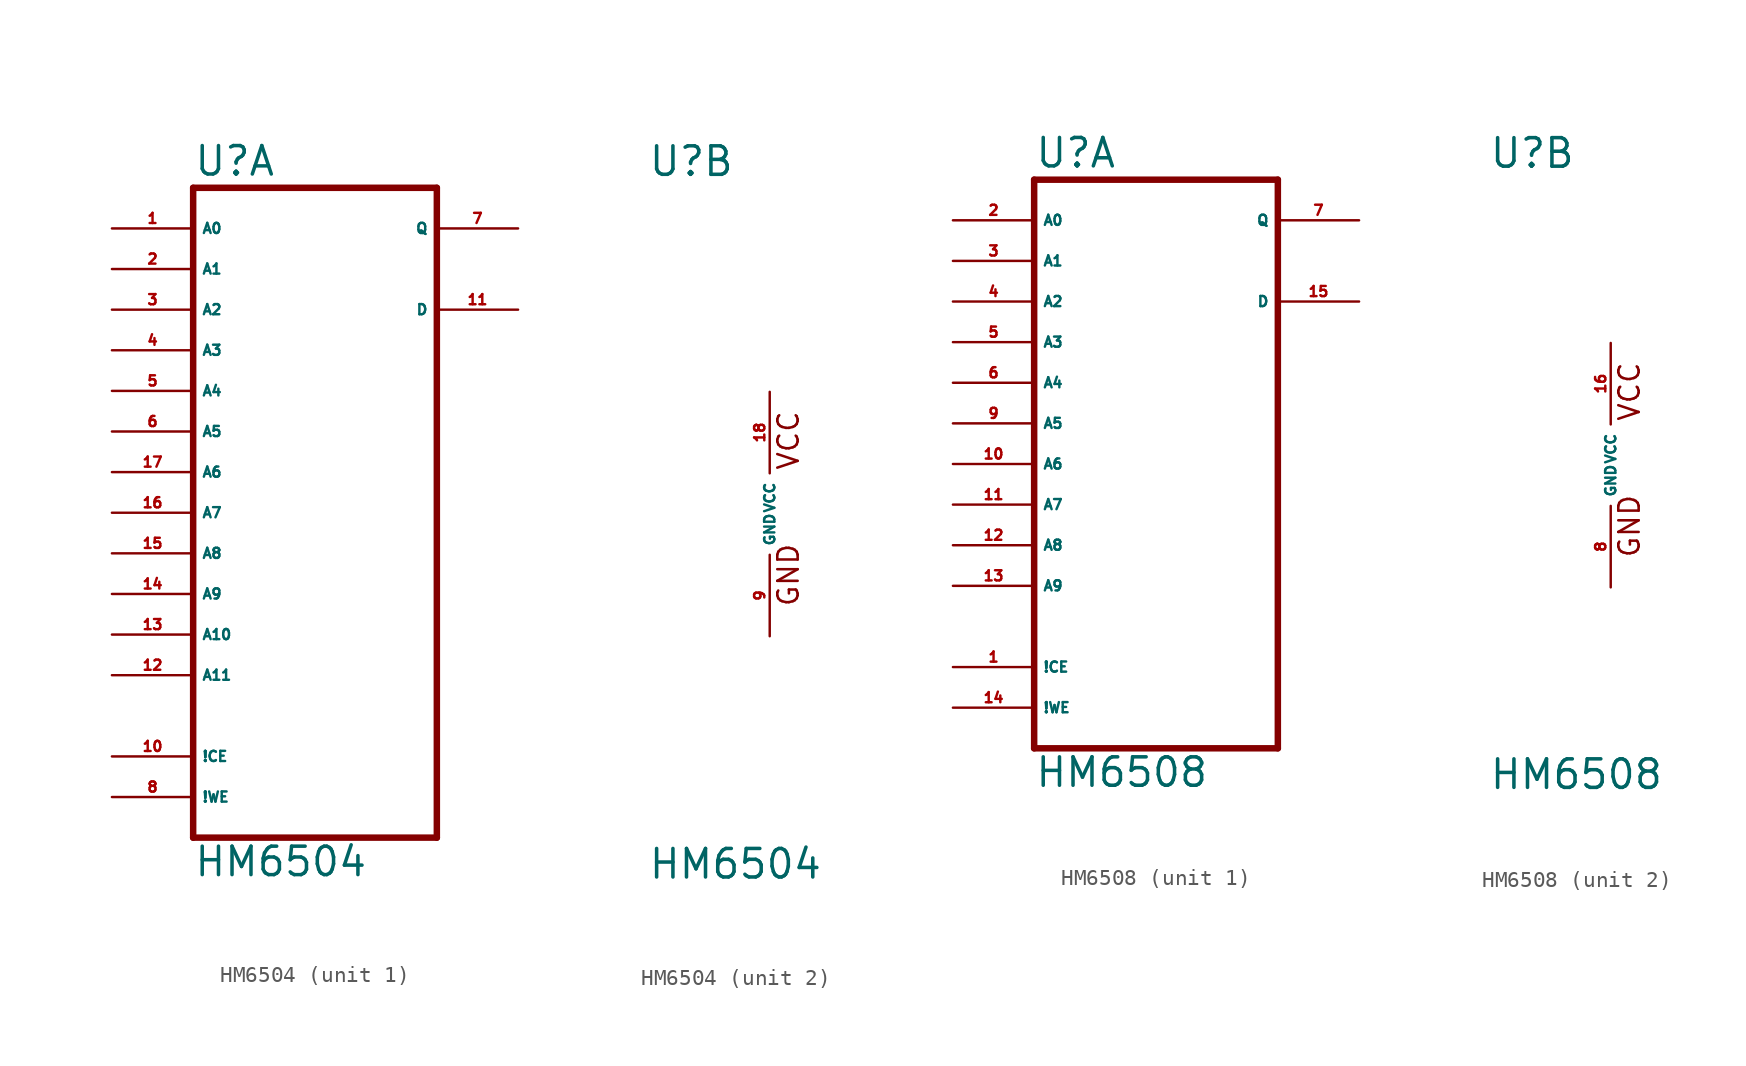
<source format=kicad_sym>
(kicad_symbol_lib
  (version 20220914)
  (generator Eagle2Kicad)
  (symbol "HM6504"
    (property "Reference" "U"
      (at -7.62 20.955 0)
      (effects (font (size 1.778 1.778) (thickness 0.22)) (justify left bottom)))
    (property "Value" "HM6504"
      (at -7.62 -22.86 0)
      (effects (font (size 1.778 1.778) (thickness 0.22)) (justify left bottom)))
    (symbol "HM6504_1_0"
      (polyline (pts (xy -7.62 -20.32) (xy 7.62 -20.32)) (stroke (width 0.406) (type default)) (fill (type none)))
      (polyline (pts (xy 7.62 -20.32) (xy 7.62 20.32)) (stroke (width 0.406) (type default)) (fill (type none)))
      (polyline (pts (xy 7.62 20.32) (xy -7.62 20.32)) (stroke (width 0.406) (type default)) (fill (type none)))
      (polyline (pts (xy -7.62 20.32) (xy -7.62 -20.32)) (stroke (width 0.406) (type default)) (fill (type none)))
      (pin input line (at -12.7 17.78 0) (length 5.08) (name "A0" (effects (font (size 0.635 0.635) (thickness 0.08)) (justify left bottom))) (number "1" (effects (font (size 0.635 0.635) (thickness 0.08)) (justify left bottom))))
      (pin input line (at -12.7 15.24 0) (length 5.08) (name "A1" (effects (font (size 0.635 0.635) (thickness 0.08)) (justify left bottom))) (number "2" (effects (font (size 0.635 0.635) (thickness 0.08)) (justify left bottom))))
      (pin input line (at -12.7 12.7 0) (length 5.08) (name "A2" (effects (font (size 0.635 0.635) (thickness 0.08)) (justify left bottom))) (number "3" (effects (font (size 0.635 0.635) (thickness 0.08)) (justify left bottom))))
      (pin input line (at -12.7 10.16 0) (length 5.08) (name "A3" (effects (font (size 0.635 0.635) (thickness 0.08)) (justify left bottom))) (number "4" (effects (font (size 0.635 0.635) (thickness 0.08)) (justify left bottom))))
      (pin input line (at -12.7 7.62 0) (length 5.08) (name "A4" (effects (font (size 0.635 0.635) (thickness 0.08)) (justify left bottom))) (number "5" (effects (font (size 0.635 0.635) (thickness 0.08)) (justify left bottom))))
      (pin input line (at -12.7 5.08 0) (length 5.08) (name "A5" (effects (font (size 0.635 0.635) (thickness 0.08)) (justify left bottom))) (number "6" (effects (font (size 0.635 0.635) (thickness 0.08)) (justify left bottom))))
      (pin tri_state line (at 12.7 17.78 180) (length 5.08) (name "Q" (effects (font (size 0.635 0.635) (thickness 0.08)) (justify left bottom))) (number "7" (effects (font (size 0.635 0.635) (thickness 0.08)) (justify left bottom))))
      (pin input line (at -12.7 -17.78 0) (length 5.08) (name "!WE" (effects (font (size 0.635 0.635) (thickness 0.08)) (justify left bottom))) (number "8" (effects (font (size 0.635 0.635) (thickness 0.08)) (justify left bottom))))
      (pin input line (at -12.7 -15.24 0) (length 5.08) (name "!CE" (effects (font (size 0.635 0.635) (thickness 0.08)) (justify left bottom))) (number "10" (effects (font (size 0.635 0.635) (thickness 0.08)) (justify left bottom))))
      (pin input line (at 12.7 12.7 180) (length 5.08) (name "D" (effects (font (size 0.635 0.635) (thickness 0.08)) (justify left bottom))) (number "11" (effects (font (size 0.635 0.635) (thickness 0.08)) (justify left bottom))))
      (pin input line (at -12.7 -10.16 0) (length 5.08) (name "A11" (effects (font (size 0.635 0.635) (thickness 0.08)) (justify left bottom))) (number "12" (effects (font (size 0.635 0.635) (thickness 0.08)) (justify left bottom))))
      (pin input line (at -12.7 -7.62 0) (length 5.08) (name "A10" (effects (font (size 0.635 0.635) (thickness 0.08)) (justify left bottom))) (number "13" (effects (font (size 0.635 0.635) (thickness 0.08)) (justify left bottom))))
      (pin input line (at -12.7 -5.08 0) (length 5.08) (name "A9" (effects (font (size 0.635 0.635) (thickness 0.08)) (justify left bottom))) (number "14" (effects (font (size 0.635 0.635) (thickness 0.08)) (justify left bottom))))
      (pin input line (at -12.7 -2.54 0) (length 5.08) (name "A8" (effects (font (size 0.635 0.635) (thickness 0.08)) (justify left bottom))) (number "15" (effects (font (size 0.635 0.635) (thickness 0.08)) (justify left bottom))))
      (pin input line (at -12.7 0 0) (length 5.08) (name "A7" (effects (font (size 0.635 0.635) (thickness 0.08)) (justify left bottom))) (number "16" (effects (font (size 0.635 0.635) (thickness 0.08)) (justify left bottom))))
      (pin input line (at -12.7 2.54 0) (length 5.08) (name "A6" (effects (font (size 0.635 0.635) (thickness 0.08)) (justify left bottom))) (number "17" (effects (font (size 0.635 0.635) (thickness 0.08)) (justify left bottom)))))
    (symbol "HM6504_2_0"
      (text "GND" (at 1.905 -5.842 900) (effects (font (size 1.27 1.27) (thickness 0.16)) (justify left bottom)))
      (text "VCC" (at 1.905 2.667 900) (effects (font (size 1.27 1.27) (thickness 0.16)) (justify left bottom)))
      (pin unspecified line (at 0 -7.62 90) (length 5.08) (name "GND" (effects (font (size 0.635 0.635) (thickness 0.08)) (justify left bottom))) (number "9" (effects (font (size 0.635 0.635) (thickness 0.08)) (justify left bottom))))
      (pin unspecified line (at 0 7.62 270) (length 5.08) (name "VCC" (effects (font (size 0.635 0.635) (thickness 0.08)) (justify left bottom))) (number "18" (effects (font (size 0.635 0.635) (thickness 0.08)) (justify left bottom))))))
  (symbol "HM6508"
    (property "Reference" "U"
      (at -7.62 18.415 0)
      (effects (font (size 1.778 1.778) (thickness 0.22)) (justify left bottom)))
    (property "Value" "HM6508"
      (at -7.62 -20.32 0)
      (effects (font (size 1.778 1.778) (thickness 0.22)) (justify left bottom)))
    (symbol "HM6508_1_0"
      (polyline (pts (xy -7.62 -17.78) (xy 7.62 -17.78)) (stroke (width 0.406) (type default)) (fill (type none)))
      (polyline (pts (xy 7.62 -17.78) (xy 7.62 17.78)) (stroke (width 0.406) (type default)) (fill (type none)))
      (polyline (pts (xy 7.62 17.78) (xy -7.62 17.78)) (stroke (width 0.406) (type default)) (fill (type none)))
      (polyline (pts (xy -7.62 17.78) (xy -7.62 -17.78)) (stroke (width 0.406) (type default)) (fill (type none)))
      (pin input line (at -12.7 -12.7 0) (length 5.08) (name "!CE" (effects (font (size 0.635 0.635) (thickness 0.08)) (justify left bottom))) (number "1" (effects (font (size 0.635 0.635) (thickness 0.08)) (justify left bottom))))
      (pin input line (at -12.7 15.24 0) (length 5.08) (name "A0" (effects (font (size 0.635 0.635) (thickness 0.08)) (justify left bottom))) (number "2" (effects (font (size 0.635 0.635) (thickness 0.08)) (justify left bottom))))
      (pin input line (at -12.7 12.7 0) (length 5.08) (name "A1" (effects (font (size 0.635 0.635) (thickness 0.08)) (justify left bottom))) (number "3" (effects (font (size 0.635 0.635) (thickness 0.08)) (justify left bottom))))
      (pin input line (at -12.7 10.16 0) (length 5.08) (name "A2" (effects (font (size 0.635 0.635) (thickness 0.08)) (justify left bottom))) (number "4" (effects (font (size 0.635 0.635) (thickness 0.08)) (justify left bottom))))
      (pin input line (at -12.7 7.62 0) (length 5.08) (name "A3" (effects (font (size 0.635 0.635) (thickness 0.08)) (justify left bottom))) (number "5" (effects (font (size 0.635 0.635) (thickness 0.08)) (justify left bottom))))
      (pin input line (at -12.7 5.08 0) (length 5.08) (name "A4" (effects (font (size 0.635 0.635) (thickness 0.08)) (justify left bottom))) (number "6" (effects (font (size 0.635 0.635) (thickness 0.08)) (justify left bottom))))
      (pin tri_state line (at 12.7 15.24 180) (length 5.08) (name "Q" (effects (font (size 0.635 0.635) (thickness 0.08)) (justify left bottom))) (number "7" (effects (font (size 0.635 0.635) (thickness 0.08)) (justify left bottom))))
      (pin input line (at -12.7 2.54 0) (length 5.08) (name "A5" (effects (font (size 0.635 0.635) (thickness 0.08)) (justify left bottom))) (number "9" (effects (font (size 0.635 0.635) (thickness 0.08)) (justify left bottom))))
      (pin input line (at -12.7 0 0) (length 5.08) (name "A6" (effects (font (size 0.635 0.635) (thickness 0.08)) (justify left bottom))) (number "10" (effects (font (size 0.635 0.635) (thickness 0.08)) (justify left bottom))))
      (pin input line (at -12.7 -2.54 0) (length 5.08) (name "A7" (effects (font (size 0.635 0.635) (thickness 0.08)) (justify left bottom))) (number "11" (effects (font (size 0.635 0.635) (thickness 0.08)) (justify left bottom))))
      (pin input line (at -12.7 -5.08 0) (length 5.08) (name "A8" (effects (font (size 0.635 0.635) (thickness 0.08)) (justify left bottom))) (number "12" (effects (font (size 0.635 0.635) (thickness 0.08)) (justify left bottom))))
      (pin input line (at -12.7 -7.62 0) (length 5.08) (name "A9" (effects (font (size 0.635 0.635) (thickness 0.08)) (justify left bottom))) (number "13" (effects (font (size 0.635 0.635) (thickness 0.08)) (justify left bottom))))
      (pin input line (at -12.7 -15.24 0) (length 5.08) (name "!WE" (effects (font (size 0.635 0.635) (thickness 0.08)) (justify left bottom))) (number "14" (effects (font (size 0.635 0.635) (thickness 0.08)) (justify left bottom))))
      (pin input line (at 12.7 10.16 180) (length 5.08) (name "D" (effects (font (size 0.635 0.635) (thickness 0.08)) (justify left bottom))) (number "15" (effects (font (size 0.635 0.635) (thickness 0.08)) (justify left bottom)))))
    (symbol "HM6508_2_0"
      (text "GND" (at 1.905 -5.842 900) (effects (font (size 1.27 1.27) (thickness 0.16)) (justify left bottom)))
      (text "VCC" (at 1.905 2.667 900) (effects (font (size 1.27 1.27) (thickness 0.16)) (justify left bottom)))
      (pin unspecified line (at 0 -7.62 90) (length 5.08) (name "GND" (effects (font (size 0.635 0.635) (thickness 0.08)) (justify left bottom))) (number "8" (effects (font (size 0.635 0.635) (thickness 0.08)) (justify left bottom))))
      (pin unspecified line (at 0 7.62 270) (length 5.08) (name "VCC" (effects (font (size 0.635 0.635) (thickness 0.08)) (justify left bottom))) (number "16" (effects (font (size 0.635 0.635) (thickness 0.08)) (justify left bottom)))))))
</source>
